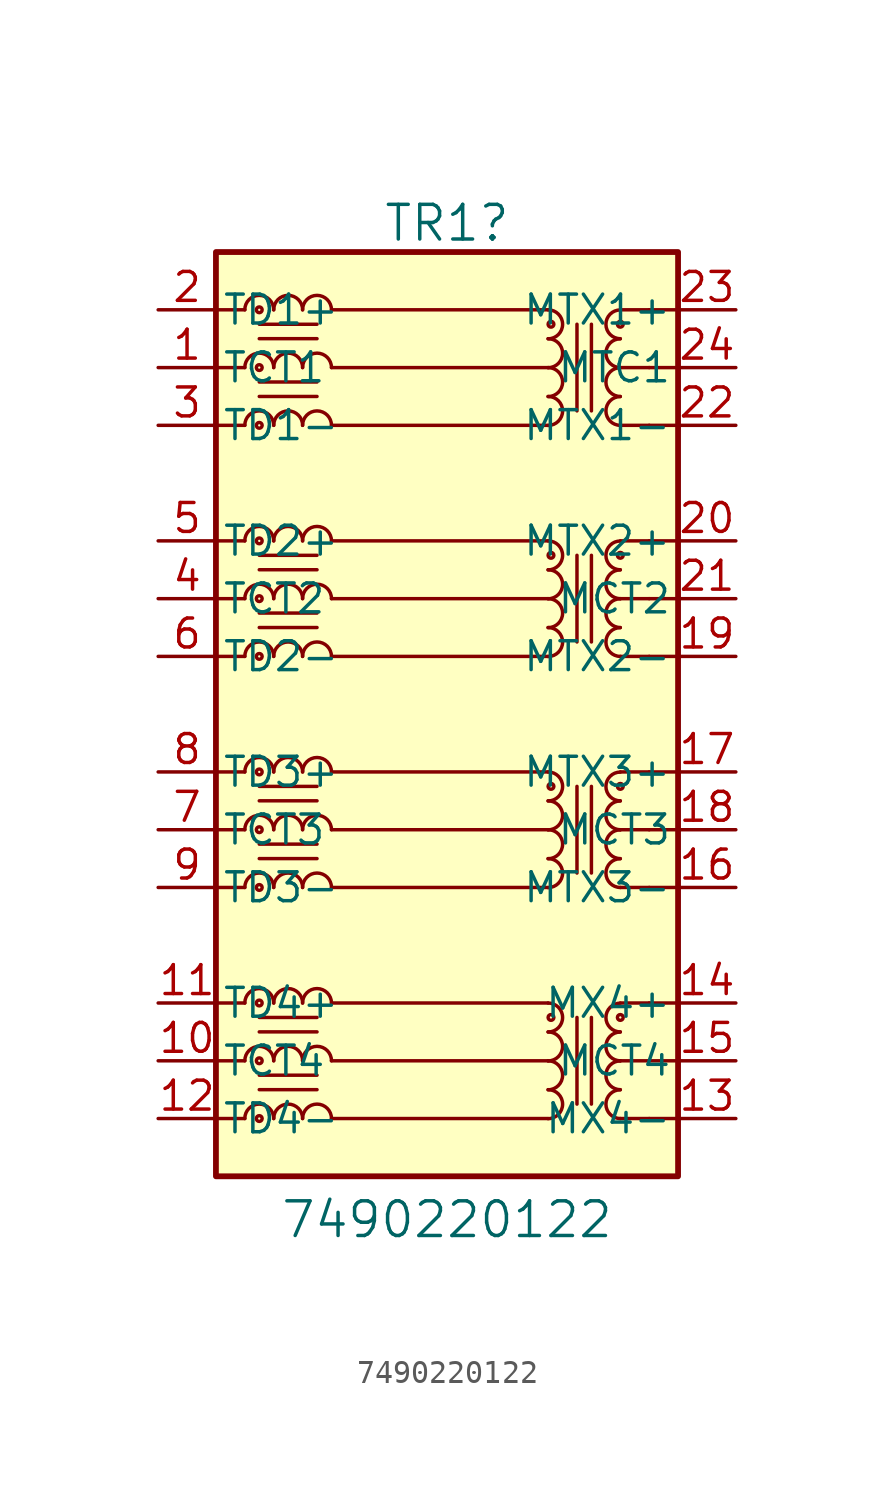
<source format=kicad_sym>
(kicad_symbol_lib
  (version 20211014)
  (generator kicad_symbol_editor)
  (symbol "7490220122"
    (pin_names
      (offset 0.254))
    (property "Reference" "TR1"
      (at 20.955 6.35 0)
      (effects (font (size 1.524 1.524))))
    (property "Value" "7490220122"
      (at 20.955 -37.465 0)
      (effects (font (size 1.524 1.524))))
    (symbol "7490220122_0_1"
      (polyline (pts (xy 10.795 -2.54) (xy 12.065 -2.54)) (stroke (width 0) (type default) (color 0 0 0 0)) (fill (type none)))
      (polyline (pts (xy 10.795 0) (xy 12.065 0)) (stroke (width 0) (type default) (color 0 0 0 0)) (fill (type none)))
      (polyline (pts (xy 10.795 2.54) (xy 12.065 2.54)) (stroke (width 0) (type default) (color 0 0 0 0)) (fill (type none)))
      (rectangle (start 10.795 -35.56) (end 31.115 5.08) (stroke (width 0.254) (type default) (color 0 0 0 0)) (fill (type background)))
      (pin passive line (at 8.255 0 0) (length 2.54) (name "TCT1" (effects (font (size 1.27 1.27)))) (number "1" (effects (font (size 1.27 1.27)))))
      (pin passive line (at 8.255 -30.48 0) (length 2.54) (name "TCT4" (effects (font (size 1.27 1.27)))) (number "10" (effects (font (size 1.27 1.27)))))
      (pin passive line (at 8.255 -27.94 0) (length 2.54) (name "TD4+" (effects (font (size 1.27 1.27)))) (number "11" (effects (font (size 1.27 1.27)))))
      (pin passive line (at 8.255 -33.02 0) (length 2.54) (name "TD4-" (effects (font (size 1.27 1.27)))) (number "12" (effects (font (size 1.27 1.27)))))
      (pin passive line (at 33.655 -33.02 180) (length 2.54) (name "MX4-" (effects (font (size 1.27 1.27)))) (number "13" (effects (font (size 1.27 1.27)))))
      (pin passive line (at 33.655 -27.94 180) (length 2.54) (name "MX4+" (effects (font (size 1.27 1.27)))) (number "14" (effects (font (size 1.27 1.27)))))
      (pin passive line (at 33.655 -30.48 180) (length 2.54) (name "MCT4" (effects (font (size 1.27 1.27)))) (number "15" (effects (font (size 1.27 1.27)))))
      (pin passive line (at 33.655 -22.86 180) (length 2.54) (name "MTX3-" (effects (font (size 1.27 1.27)))) (number "16" (effects (font (size 1.27 1.27)))))
      (pin passive line (at 33.655 -17.78 180) (length 2.54) (name "MTX3+" (effects (font (size 1.27 1.27)))) (number "17" (effects (font (size 1.27 1.27)))))
      (pin passive line (at 33.655 -20.32 180) (length 2.54) (name "MCT3" (effects (font (size 1.27 1.27)))) (number "18" (effects (font (size 1.27 1.27)))))
      (pin passive line (at 33.655 -12.7 180) (length 2.54) (name "MTX2-" (effects (font (size 1.27 1.27)))) (number "19" (effects (font (size 1.27 1.27)))))
      (pin passive line (at 8.255 2.54 0) (length 2.54) (name "TD1+" (effects (font (size 1.27 1.27)))) (number "2" (effects (font (size 1.27 1.27)))))
      (pin passive line (at 33.655 -7.62 180) (length 2.54) (name "MTX2+" (effects (font (size 1.27 1.27)))) (number "20" (effects (font (size 1.27 1.27)))))
      (pin passive line (at 33.655 -10.16 180) (length 2.54) (name "MCT2" (effects (font (size 1.27 1.27)))) (number "21" (effects (font (size 1.27 1.27)))))
      (pin passive line (at 33.655 -2.54 180) (length 2.54) (name "MTX1-" (effects (font (size 1.27 1.27)))) (number "22" (effects (font (size 1.27 1.27)))))
      (pin passive line (at 33.655 2.54 180) (length 2.54) (name "MTX1+" (effects (font (size 1.27 1.27)))) (number "23" (effects (font (size 1.27 1.27)))))
      (pin passive line (at 33.655 0 180) (length 2.54) (name "MTC1" (effects (font (size 1.27 1.27)))) (number "24" (effects (font (size 1.27 1.27)))))
      (pin passive line (at 8.255 -2.54 0) (length 2.54) (name "TD1-" (effects (font (size 1.27 1.27)))) (number "3" (effects (font (size 1.27 1.27)))))
      (pin passive line (at 8.255 -10.16 0) (length 2.54) (name "TCT2" (effects (font (size 1.27 1.27)))) (number "4" (effects (font (size 1.27 1.27)))))
      (pin passive line (at 8.255 -7.62 0) (length 2.54) (name "TD2+" (effects (font (size 1.27 1.27)))) (number "5" (effects (font (size 1.27 1.27)))))
      (pin passive line (at 8.255 -12.7 0) (length 2.54) (name "TD2-" (effects (font (size 1.27 1.27)))) (number "6" (effects (font (size 1.27 1.27)))))
      (pin passive line (at 8.255 -20.32 0) (length 2.54) (name "TCT3" (effects (font (size 1.27 1.27)))) (number "7" (effects (font (size 1.27 1.27)))))
      (pin passive line (at 8.255 -17.78 0) (length 2.54) (name "TD3+" (effects (font (size 1.27 1.27)))) (number "8" (effects (font (size 1.27 1.27)))))
      (pin passive line (at 8.255 -22.86 0) (length 2.54) (name "TD3-" (effects (font (size 1.27 1.27)))) (number "9" (effects (font (size 1.27 1.27))))))
    (symbol "7490220122_1_1"
      (polyline (pts (xy 10.795 -33.02) (xy 12.065 -33.02)) (stroke (width 0) (type default) (color 0 0 0 0)) (fill (type none)))
      (polyline (pts (xy 10.795 -30.48) (xy 12.065 -30.48)) (stroke (width 0) (type default) (color 0 0 0 0)) (fill (type none)))
      (polyline (pts (xy 10.795 -27.94) (xy 12.065 -27.94)) (stroke (width 0) (type default) (color 0 0 0 0)) (fill (type none)))
      (polyline (pts (xy 10.795 -22.86) (xy 12.065 -22.86)) (stroke (width 0) (type default) (color 0 0 0 0)) (fill (type none)))
      (polyline (pts (xy 10.795 -20.32) (xy 12.065 -20.32)) (stroke (width 0) (type default) (color 0 0 0 0)) (fill (type none)))
      (polyline (pts (xy 10.795 -17.78) (xy 12.065 -17.78)) (stroke (width 0) (type default) (color 0 0 0 0)) (fill (type none)))
      (polyline (pts (xy 10.795 -12.7) (xy 12.065 -12.7)) (stroke (width 0) (type default) (color 0 0 0 0)) (fill (type none)))
      (polyline (pts (xy 10.795 -10.16) (xy 12.065 -10.16)) (stroke (width 0) (type default) (color 0 0 0 0)) (fill (type none)))
      (polyline (pts (xy 10.795 -7.62) (xy 12.065 -7.62)) (stroke (width 0) (type default) (color 0 0 0 0)) (fill (type none)))
      (polyline (pts (xy 12.7 -31.75) (xy 15.24 -31.75)) (stroke (width 0) (type default) (color 0 0 0 0)) (fill (type none)))
      (polyline (pts (xy 12.7 -31.115) (xy 15.24 -31.115)) (stroke (width 0) (type default) (color 0 0 0 0)) (fill (type none)))
      (polyline (pts (xy 12.7 -29.21) (xy 15.24 -29.21)) (stroke (width 0) (type default) (color 0 0 0 0)) (fill (type none)))
      (polyline (pts (xy 12.7 -28.575) (xy 15.24 -28.575)) (stroke (width 0) (type default) (color 0 0 0 0)) (fill (type none)))
      (polyline (pts (xy 12.7 -21.59) (xy 15.24 -21.59)) (stroke (width 0) (type default) (color 0 0 0 0)) (fill (type none)))
      (polyline (pts (xy 12.7 -20.955) (xy 15.24 -20.955)) (stroke (width 0) (type default) (color 0 0 0 0)) (fill (type none)))
      (polyline (pts (xy 12.7 -19.05) (xy 15.24 -19.05)) (stroke (width 0) (type default) (color 0 0 0 0)) (fill (type none)))
      (polyline (pts (xy 12.7 -18.415) (xy 15.24 -18.415)) (stroke (width 0) (type default) (color 0 0 0 0)) (fill (type none)))
      (polyline (pts (xy 12.7 -11.43) (xy 15.24 -11.43)) (stroke (width 0) (type default) (color 0 0 0 0)) (fill (type none)))
      (polyline (pts (xy 12.7 -10.795) (xy 15.24 -10.795)) (stroke (width 0) (type default) (color 0 0 0 0)) (fill (type none)))
      (polyline (pts (xy 12.7 -8.89) (xy 15.24 -8.89)) (stroke (width 0) (type default) (color 0 0 0 0)) (fill (type none)))
      (polyline (pts (xy 12.7 -8.255) (xy 15.24 -8.255)) (stroke (width 0) (type default) (color 0 0 0 0)) (fill (type none)))
      (polyline (pts (xy 12.7 -1.27) (xy 15.24 -1.27)) (stroke (width 0) (type default) (color 0 0 0 0)) (fill (type none)))
      (polyline (pts (xy 12.7 -0.635) (xy 15.24 -0.635)) (stroke (width 0) (type default) (color 0 0 0 0)) (fill (type none)))
      (polyline (pts (xy 12.7 1.27) (xy 15.24 1.27)) (stroke (width 0) (type default) (color 0 0 0 0)) (fill (type none)))
      (polyline (pts (xy 12.7 1.905) (xy 15.24 1.905)) (stroke (width 0) (type default) (color 0 0 0 0)) (fill (type none)))
      (polyline (pts (xy 15.875 -33.02) (xy 25.4 -33.02)) (stroke (width 0) (type default) (color 0 0 0 0)) (fill (type none)))
      (polyline (pts (xy 15.875 -30.48) (xy 25.4 -30.48)) (stroke (width 0) (type default) (color 0 0 0 0)) (fill (type none)))
      (polyline (pts (xy 15.875 -27.94) (xy 25.4 -27.94)) (stroke (width 0) (type default) (color 0 0 0 0)) (fill (type none)))
      (polyline (pts (xy 15.875 -22.86) (xy 25.4 -22.86)) (stroke (width 0) (type default) (color 0 0 0 0)) (fill (type none)))
      (polyline (pts (xy 15.875 -20.32) (xy 25.4 -20.32)) (stroke (width 0) (type default) (color 0 0 0 0)) (fill (type none)))
      (polyline (pts (xy 15.875 -17.78) (xy 25.4 -17.78)) (stroke (width 0) (type default) (color 0 0 0 0)) (fill (type none)))
      (polyline (pts (xy 15.875 -12.7) (xy 25.4 -12.7)) (stroke (width 0) (type default) (color 0 0 0 0)) (fill (type none)))
      (polyline (pts (xy 15.875 -10.16) (xy 25.4 -10.16)) (stroke (width 0) (type default) (color 0 0 0 0)) (fill (type none)))
      (polyline (pts (xy 15.875 -7.62) (xy 25.4 -7.62)) (stroke (width 0) (type default) (color 0 0 0 0)) (fill (type none)))
      (polyline (pts (xy 15.875 -2.54) (xy 25.4 -2.54)) (stroke (width 0) (type default) (color 0 0 0 0)) (fill (type none)))
      (polyline (pts (xy 15.875 0) (xy 25.4 0)) (stroke (width 0) (type default) (color 0 0 0 0)) (fill (type none)))
      (polyline (pts (xy 15.875 2.54) (xy 25.4 2.54)) (stroke (width 0) (type default) (color 0 0 0 0)) (fill (type none)))
      (polyline (pts (xy 26.67 -32.385) (xy 26.67 -28.575)) (stroke (width 0) (type default) (color 0 0 0 0)) (fill (type none)))
      (polyline (pts (xy 26.67 -22.225) (xy 26.67 -18.415)) (stroke (width 0) (type default) (color 0 0 0 0)) (fill (type none)))
      (polyline (pts (xy 26.67 -12.065) (xy 26.67 -8.255)) (stroke (width 0) (type default) (color 0 0 0 0)) (fill (type none)))
      (polyline (pts (xy 26.67 -1.905) (xy 26.67 1.905)) (stroke (width 0) (type default) (color 0 0 0 0)) (fill (type none)))
      (polyline (pts (xy 27.305 -32.385) (xy 27.305 -28.575)) (stroke (width 0) (type default) (color 0 0 0 0)) (fill (type none)))
      (polyline (pts (xy 27.305 -22.225) (xy 27.305 -18.415)) (stroke (width 0) (type default) (color 0 0 0 0)) (fill (type none)))
      (polyline (pts (xy 27.305 -12.065) (xy 27.305 -8.255)) (stroke (width 0) (type default) (color 0 0 0 0)) (fill (type none)))
      (polyline (pts (xy 27.305 -1.905) (xy 27.305 1.905)) (stroke (width 0) (type default) (color 0 0 0 0)) (fill (type none)))
      (polyline (pts (xy 29.845 -33.02) (xy 28.575 -33.02)) (stroke (width 0) (type default) (color 0 0 0 0)) (fill (type none)))
      (polyline (pts (xy 29.845 -30.48) (xy 28.575 -30.48)) (stroke (width 0) (type default) (color 0 0 0 0)) (fill (type none)))
      (polyline (pts (xy 29.845 -27.94) (xy 28.575 -27.94)) (stroke (width 0) (type default) (color 0 0 0 0)) (fill (type none)))
      (polyline (pts (xy 29.845 -22.86) (xy 28.575 -22.86)) (stroke (width 0) (type default) (color 0 0 0 0)) (fill (type none)))
      (polyline (pts (xy 29.845 -20.32) (xy 28.575 -20.32)) (stroke (width 0) (type default) (color 0 0 0 0)) (fill (type none)))
      (polyline (pts (xy 29.845 -17.78) (xy 28.575 -17.78)) (stroke (width 0) (type default) (color 0 0 0 0)) (fill (type none)))
      (polyline (pts (xy 29.845 -12.7) (xy 28.575 -12.7)) (stroke (width 0) (type default) (color 0 0 0 0)) (fill (type none)))
      (polyline (pts (xy 29.845 -10.16) (xy 28.575 -10.16)) (stroke (width 0) (type default) (color 0 0 0 0)) (fill (type none)))
      (polyline (pts (xy 29.845 -7.62) (xy 28.575 -7.62)) (stroke (width 0) (type default) (color 0 0 0 0)) (fill (type none)))
      (polyline (pts (xy 29.845 -2.54) (xy 28.575 -2.54)) (stroke (width 0) (type default) (color 0 0 0 0)) (fill (type none)))
      (polyline (pts (xy 29.845 0) (xy 28.575 0)) (stroke (width 0) (type default) (color 0 0 0 0)) (fill (type none)))
      (polyline (pts (xy 29.845 2.54) (xy 28.575 2.54)) (stroke (width 0) (type default) (color 0 0 0 0)) (fill (type none)))
      (polyline (pts (xy 31.115 -33.02) (xy 29.845 -33.02)) (stroke (width 0) (type default) (color 0 0 0 0)) (fill (type none)))
      (polyline (pts (xy 31.115 -30.48) (xy 29.845 -30.48)) (stroke (width 0) (type default) (color 0 0 0 0)) (fill (type none)))
      (polyline (pts (xy 31.115 -27.94) (xy 29.845 -27.94)) (stroke (width 0) (type default) (color 0 0 0 0)) (fill (type none)))
      (polyline (pts (xy 31.115 -22.86) (xy 29.845 -22.86)) (stroke (width 0) (type default) (color 0 0 0 0)) (fill (type none)))
      (polyline (pts (xy 31.115 -20.32) (xy 29.845 -20.32)) (stroke (width 0) (type default) (color 0 0 0 0)) (fill (type none)))
      (polyline (pts (xy 31.115 -17.78) (xy 29.845 -17.78)) (stroke (width 0) (type default) (color 0 0 0 0)) (fill (type none)))
      (polyline (pts (xy 31.115 -12.7) (xy 29.845 -12.7)) (stroke (width 0) (type default) (color 0 0 0 0)) (fill (type none)))
      (polyline (pts (xy 31.115 -10.16) (xy 29.845 -10.16)) (stroke (width 0) (type default) (color 0 0 0 0)) (fill (type none)))
      (polyline (pts (xy 31.115 -7.62) (xy 29.845 -7.62)) (stroke (width 0) (type default) (color 0 0 0 0)) (fill (type none)))
      (polyline (pts (xy 31.115 -2.54) (xy 29.845 -2.54)) (stroke (width 0) (type default) (color 0 0 0 0)) (fill (type none)))
      (polyline (pts (xy 31.115 0) (xy 29.845 0)) (stroke (width 0) (type default) (color 0 0 0 0)) (fill (type none)))
      (polyline (pts (xy 31.115 2.54) (xy 29.845 2.54)) (stroke (width 0) (type default) (color 0 0 0 0)) (fill (type none)))
      (circle (center 12.7 -33.02) (radius 0.127) (stroke (width 0) (type default) (color 0 0 0 0)) (fill (type none)))
      (circle (center 12.7 -30.48) (radius 0.127) (stroke (width 0) (type default) (color 0 0 0 0)) (fill (type none)))
      (circle (center 12.7 -27.94) (radius 0.127) (stroke (width 0) (type default) (color 0 0 0 0)) (fill (type none)))
      (circle (center 12.7 -22.86) (radius 0.127) (stroke (width 0) (type default) (color 0 0 0 0)) (fill (type none)))
      (circle (center 12.7 -20.32) (radius 0.127) (stroke (width 0) (type default) (color 0 0 0 0)) (fill (type none)))
      (circle (center 12.7 -17.78) (radius 0.127) (stroke (width 0) (type default) (color 0 0 0 0)) (fill (type none)))
      (circle (center 12.7 -12.7) (radius 0.127) (stroke (width 0) (type default) (color 0 0 0 0)) (fill (type none)))
      (circle (center 12.7 -10.16) (radius 0.127) (stroke (width 0) (type default) (color 0 0 0 0)) (fill (type none)))
      (circle (center 12.7 -7.62) (radius 0.127) (stroke (width 0) (type default) (color 0 0 0 0)) (fill (type none)))
      (circle (center 12.7 -2.54) (radius 0.127) (stroke (width 0) (type default) (color 0 0 0 0)) (fill (type none)))
      (circle (center 12.7 0) (radius 0.127) (stroke (width 0) (type default) (color 0 0 0 0)) (fill (type none)))
      (circle (center 12.7 2.54) (radius 0.127) (stroke (width 0) (type default) (color 0 0 0 0)) (fill (type none)))
      (arc (start 13.335 -33.02) (mid 12.7 -32.385) (end 12.065 -33.02) (stroke (width 0) (type default) (color 0 0 0 0)) (fill (type none)))
      (arc (start 13.335 -30.48) (mid 12.7 -29.845) (end 12.065 -30.48) (stroke (width 0) (type default) (color 0 0 0 0)) (fill (type none)))
      (arc (start 13.335 -27.94) (mid 12.7 -27.305) (end 12.065 -27.94) (stroke (width 0) (type default) (color 0 0 0 0)) (fill (type none)))
      (arc (start 13.335 -22.86) (mid 12.7 -22.225) (end 12.065 -22.86) (stroke (width 0) (type default) (color 0 0 0 0)) (fill (type none)))
      (arc (start 13.335 -20.32) (mid 12.7 -19.685) (end 12.065 -20.32) (stroke (width 0) (type default) (color 0 0 0 0)) (fill (type none)))
      (arc (start 13.335 -17.78) (mid 12.7 -17.145) (end 12.065 -17.78) (stroke (width 0) (type default) (color 0 0 0 0)) (fill (type none)))
      (arc (start 13.335 -12.7) (mid 12.7 -12.065) (end 12.065 -12.7) (stroke (width 0) (type default) (color 0 0 0 0)) (fill (type none)))
      (arc (start 13.335 -10.16) (mid 12.7 -9.525) (end 12.065 -10.16) (stroke (width 0) (type default) (color 0 0 0 0)) (fill (type none)))
      (arc (start 13.335 -7.62) (mid 12.7 -6.985) (end 12.065 -7.62) (stroke (width 0) (type default) (color 0 0 0 0)) (fill (type none)))
      (arc (start 13.335 -2.54) (mid 12.7 -1.905) (end 12.065 -2.54) (stroke (width 0) (type default) (color 0 0 0 0)) (fill (type none)))
      (arc (start 13.335 0) (mid 12.7 0.635) (end 12.065 0) (stroke (width 0) (type default) (color 0 0 0 0)) (fill (type none)))
      (arc (start 13.335 2.54) (mid 12.7 3.175) (end 12.065 2.54) (stroke (width 0) (type default) (color 0 0 0 0)) (fill (type none)))
      (arc (start 14.605 -33.02) (mid 13.97 -32.385) (end 13.335 -33.02) (stroke (width 0) (type default) (color 0 0 0 0)) (fill (type none)))
      (arc (start 14.605 -30.48) (mid 13.97 -29.845) (end 13.335 -30.48) (stroke (width 0) (type default) (color 0 0 0 0)) (fill (type none)))
      (arc (start 14.605 -27.94) (mid 13.97 -27.305) (end 13.335 -27.94) (stroke (width 0) (type default) (color 0 0 0 0)) (fill (type none)))
      (arc (start 14.605 -22.86) (mid 13.97 -22.225) (end 13.335 -22.86) (stroke (width 0) (type default) (color 0 0 0 0)) (fill (type none)))
      (arc (start 14.605 -20.32) (mid 13.97 -19.685) (end 13.335 -20.32) (stroke (width 0) (type default) (color 0 0 0 0)) (fill (type none)))
      (arc (start 14.605 -17.78) (mid 13.97 -17.145) (end 13.335 -17.78) (stroke (width 0) (type default) (color 0 0 0 0)) (fill (type none)))
      (arc (start 14.605 -12.7) (mid 13.97 -12.065) (end 13.335 -12.7) (stroke (width 0) (type default) (color 0 0 0 0)) (fill (type none)))
      (arc (start 14.605 -10.16) (mid 13.97 -9.525) (end 13.335 -10.16) (stroke (width 0) (type default) (color 0 0 0 0)) (fill (type none)))
      (arc (start 14.605 -7.62) (mid 13.97 -6.985) (end 13.335 -7.62) (stroke (width 0) (type default) (color 0 0 0 0)) (fill (type none)))
      (arc (start 14.605 -2.54) (mid 13.97 -1.905) (end 13.335 -2.54) (stroke (width 0) (type default) (color 0 0 0 0)) (fill (type none)))
      (arc (start 14.605 0) (mid 13.97 0.635) (end 13.335 0) (stroke (width 0) (type default) (color 0 0 0 0)) (fill (type none)))
      (arc (start 14.605 2.54) (mid 13.97 3.175) (end 13.335 2.54) (stroke (width 0) (type default) (color 0 0 0 0)) (fill (type none)))
      (arc (start 15.875 -33.02) (mid 15.24 -32.385) (end 14.605 -33.02) (stroke (width 0) (type default) (color 0 0 0 0)) (fill (type none)))
      (arc (start 15.875 -30.48) (mid 15.24 -29.845) (end 14.605 -30.48) (stroke (width 0) (type default) (color 0 0 0 0)) (fill (type none)))
      (arc (start 15.875 -27.94) (mid 15.24 -27.305) (end 14.605 -27.94) (stroke (width 0) (type default) (color 0 0 0 0)) (fill (type none)))
      (arc (start 15.875 -22.86) (mid 15.24 -22.225) (end 14.605 -22.86) (stroke (width 0) (type default) (color 0 0 0 0)) (fill (type none)))
      (arc (start 15.875 -20.32) (mid 15.24 -19.685) (end 14.605 -20.32) (stroke (width 0) (type default) (color 0 0 0 0)) (fill (type none)))
      (arc (start 15.875 -17.78) (mid 15.24 -17.145) (end 14.605 -17.78) (stroke (width 0) (type default) (color 0 0 0 0)) (fill (type none)))
      (arc (start 15.875 -12.7) (mid 15.24 -12.065) (end 14.605 -12.7) (stroke (width 0) (type default) (color 0 0 0 0)) (fill (type none)))
      (arc (start 15.875 -10.16) (mid 15.24 -9.525) (end 14.605 -10.16) (stroke (width 0) (type default) (color 0 0 0 0)) (fill (type none)))
      (arc (start 15.875 -7.62) (mid 15.24 -6.985) (end 14.605 -7.62) (stroke (width 0) (type default) (color 0 0 0 0)) (fill (type none)))
      (arc (start 15.875 -2.54) (mid 15.24 -1.905) (end 14.605 -2.54) (stroke (width 0) (type default) (color 0 0 0 0)) (fill (type none)))
      (arc (start 15.875 0) (mid 15.24 0.635) (end 14.605 0) (stroke (width 0) (type default) (color 0 0 0 0)) (fill (type none)))
      (arc (start 15.875 2.54) (mid 15.24 3.175) (end 14.605 2.54) (stroke (width 0) (type default) (color 0 0 0 0)) (fill (type none)))
      (arc (start 25.4 -33.02) (mid 26.035 -32.385) (end 25.4 -31.75) (stroke (width 0) (type default) (color 0 0 0 0)) (fill (type none)))
      (arc (start 25.4 -31.75) (mid 26.035 -31.115) (end 25.4 -30.48) (stroke (width 0) (type default) (color 0 0 0 0)) (fill (type none)))
      (arc (start 25.4 -30.48) (mid 26.035 -29.845) (end 25.4 -29.21) (stroke (width 0) (type default) (color 0 0 0 0)) (fill (type none)))
      (arc (start 25.4 -29.21) (mid 26.035 -28.575) (end 25.4 -27.94) (stroke (width 0) (type default) (color 0 0 0 0)) (fill (type none)))
      (arc (start 25.4 -22.86) (mid 26.035 -22.225) (end 25.4 -21.59) (stroke (width 0) (type default) (color 0 0 0 0)) (fill (type none)))
      (arc (start 25.4 -21.59) (mid 26.035 -20.955) (end 25.4 -20.32) (stroke (width 0) (type default) (color 0 0 0 0)) (fill (type none)))
      (arc (start 25.4 -20.32) (mid 26.035 -19.685) (end 25.4 -19.05) (stroke (width 0) (type default) (color 0 0 0 0)) (fill (type none)))
      (arc (start 25.4 -19.05) (mid 26.035 -18.415) (end 25.4 -17.78) (stroke (width 0) (type default) (color 0 0 0 0)) (fill (type none)))
      (arc (start 25.4 -12.7) (mid 26.035 -12.065) (end 25.4 -11.43) (stroke (width 0) (type default) (color 0 0 0 0)) (fill (type none)))
      (arc (start 25.4 -11.43) (mid 26.035 -10.795) (end 25.4 -10.16) (stroke (width 0) (type default) (color 0 0 0 0)) (fill (type none)))
      (arc (start 25.4 -10.16) (mid 26.035 -9.525) (end 25.4 -8.89) (stroke (width 0) (type default) (color 0 0 0 0)) (fill (type none)))
      (arc (start 25.4 -8.89) (mid 26.035 -8.255) (end 25.4 -7.62) (stroke (width 0) (type default) (color 0 0 0 0)) (fill (type none)))
      (arc (start 25.4 -2.54) (mid 26.035 -1.905) (end 25.4 -1.27) (stroke (width 0) (type default) (color 0 0 0 0)) (fill (type none)))
      (arc (start 25.4 -1.27) (mid 26.035 -0.635) (end 25.4 0) (stroke (width 0) (type default) (color 0 0 0 0)) (fill (type none)))
      (arc (start 25.4 0) (mid 26.035 0.635) (end 25.4 1.27) (stroke (width 0) (type default) (color 0 0 0 0)) (fill (type none)))
      (arc (start 25.4 1.27) (mid 26.035 1.905) (end 25.4 2.54) (stroke (width 0) (type default) (color 0 0 0 0)) (fill (type none)))
      (circle (center 25.527 -28.575) (radius 0.127) (stroke (width 0) (type default) (color 0 0 0 0)) (fill (type none)))
      (circle (center 25.527 -18.415) (radius 0.127) (stroke (width 0) (type default) (color 0 0 0 0)) (fill (type none)))
      (circle (center 25.527 -8.255) (radius 0.127) (stroke (width 0) (type default) (color 0 0 0 0)) (fill (type none)))
      (circle (center 25.527 1.905) (radius 0.127) (stroke (width 0) (type default) (color 0 0 0 0)) (fill (type none)))
      (arc (start 28.575 -31.75) (mid 27.94 -32.385) (end 28.575 -33.02) (stroke (width 0) (type default) (color 0 0 0 0)) (fill (type none)))
      (arc (start 28.575 -30.48) (mid 27.94 -31.115) (end 28.575 -31.75) (stroke (width 0) (type default) (color 0 0 0 0)) (fill (type none)))
      (arc (start 28.575 -29.21) (mid 27.94 -29.845) (end 28.575 -30.48) (stroke (width 0) (type default) (color 0 0 0 0)) (fill (type none)))
      (circle (center 28.575 -28.575) (radius 0.127) (stroke (width 0) (type default) (color 0 0 0 0)) (fill (type none)))
      (arc (start 28.575 -27.94) (mid 27.94 -28.575) (end 28.575 -29.21) (stroke (width 0) (type default) (color 0 0 0 0)) (fill (type none)))
      (arc (start 28.575 -21.59) (mid 27.94 -22.225) (end 28.575 -22.86) (stroke (width 0) (type default) (color 0 0 0 0)) (fill (type none)))
      (arc (start 28.575 -20.32) (mid 27.94 -20.955) (end 28.575 -21.59) (stroke (width 0) (type default) (color 0 0 0 0)) (fill (type none)))
      (arc (start 28.575 -19.05) (mid 27.94 -19.685) (end 28.575 -20.32) (stroke (width 0) (type default) (color 0 0 0 0)) (fill (type none)))
      (circle (center 28.575 -18.415) (radius 0.127) (stroke (width 0) (type default) (color 0 0 0 0)) (fill (type none)))
      (arc (start 28.575 -17.78) (mid 27.94 -18.415) (end 28.575 -19.05) (stroke (width 0) (type default) (color 0 0 0 0)) (fill (type none)))
      (arc (start 28.575 -11.43) (mid 27.94 -12.065) (end 28.575 -12.7) (stroke (width 0) (type default) (color 0 0 0 0)) (fill (type none)))
      (arc (start 28.575 -10.16) (mid 27.94 -10.795) (end 28.575 -11.43) (stroke (width 0) (type default) (color 0 0 0 0)) (fill (type none)))
      (arc (start 28.575 -8.89) (mid 27.94 -9.525) (end 28.575 -10.16) (stroke (width 0) (type default) (color 0 0 0 0)) (fill (type none)))
      (circle (center 28.575 -8.255) (radius 0.127) (stroke (width 0) (type default) (color 0 0 0 0)) (fill (type none)))
      (arc (start 28.575 -7.62) (mid 27.94 -8.255) (end 28.575 -8.89) (stroke (width 0) (type default) (color 0 0 0 0)) (fill (type none)))
      (arc (start 28.575 -1.27) (mid 27.94 -1.905) (end 28.575 -2.54) (stroke (width 0) (type default) (color 0 0 0 0)) (fill (type none)))
      (arc (start 28.575 0) (mid 27.94 -0.635) (end 28.575 -1.27) (stroke (width 0) (type default) (color 0 0 0 0)) (fill (type none)))
      (arc (start 28.575 1.27) (mid 27.94 0.635) (end 28.575 0) (stroke (width 0) (type default) (color 0 0 0 0)) (fill (type none)))
      (circle (center 28.575 1.905) (radius 0.127) (stroke (width 0) (type default) (color 0 0 0 0)) (fill (type none)))
      (arc (start 28.575 2.54) (mid 27.94 1.905) (end 28.575 1.27) (stroke (width 0) (type default) (color 0 0 0 0)) (fill (type none))))))
</source>
